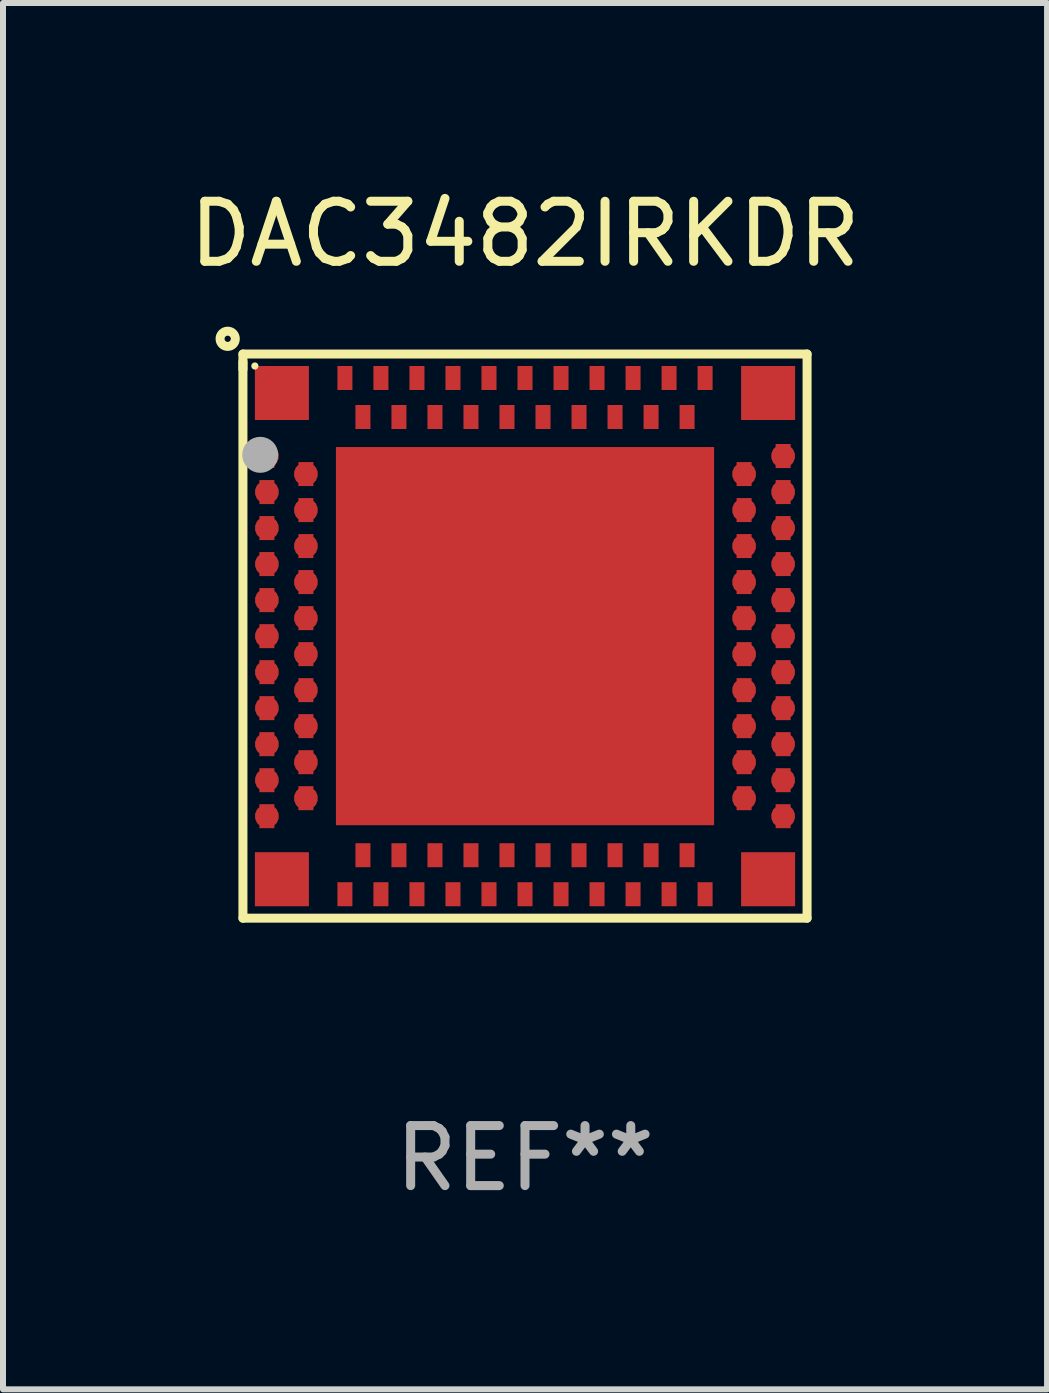
<source format=kicad_pcb>
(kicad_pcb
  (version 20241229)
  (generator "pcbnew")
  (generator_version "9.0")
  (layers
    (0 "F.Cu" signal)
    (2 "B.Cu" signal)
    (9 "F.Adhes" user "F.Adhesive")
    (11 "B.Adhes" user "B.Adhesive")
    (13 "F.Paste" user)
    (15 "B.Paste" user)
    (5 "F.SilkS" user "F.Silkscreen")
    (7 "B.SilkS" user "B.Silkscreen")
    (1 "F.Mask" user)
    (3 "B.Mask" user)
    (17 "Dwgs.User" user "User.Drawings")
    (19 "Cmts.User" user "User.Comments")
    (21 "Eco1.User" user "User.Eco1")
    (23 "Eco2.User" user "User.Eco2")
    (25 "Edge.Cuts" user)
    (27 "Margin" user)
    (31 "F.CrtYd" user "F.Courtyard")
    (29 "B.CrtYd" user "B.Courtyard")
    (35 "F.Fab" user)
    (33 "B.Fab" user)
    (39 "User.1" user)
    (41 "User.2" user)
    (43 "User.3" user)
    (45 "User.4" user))
  (footprint "DAC3482IRKDR"
    (layer "F.Cu")
    (at 5.696 7.547)
    (property "Reference" "DAC3482IRKDR" (at 0 -6.699 0) (layer "F.SilkS") (effects (font (size 1 1) (thickness 0.15))))
    (attr through_hole)
    (fp_line (start -4.699 -4.699) (end -4.699 -4.445) (stroke (width 0.15) (type solid)) (layer "F.SilkS"))
    (fp_line (start -4.699 -4.572) (end -4.699 4.699) (stroke (width 0.15) (type solid)) (layer "F.SilkS"))
    (fp_line (start -4.699 4.699) (end 4.699 4.699) (stroke (width 0.15) (type solid)) (layer "F.SilkS"))
    (fp_line (start 4.699 -4.699) (end -4.699 -4.699) (stroke (width 0.15) (type solid)) (layer "F.SilkS"))
    (fp_line (start 4.699 4.699) (end 4.699 -4.699) (stroke (width 0.15) (type solid)) (layer "F.SilkS"))
    (fp_circle (center -4.953 -4.953) (end -4.826 -4.953) (stroke (width 0.15) (type solid)) (fill no) (layer "F.SilkS"))
    (fp_circle (center -4.5 -4.5) (end -4.47 -4.5) (stroke (width 0.06) (type solid)) (fill no) (layer "F.SilkS"))
    (fp_circle (center -4.411 -3.02) (end -4.261 -3.02) (stroke (width 0.3) (type solid)) (fill no) (layer "F.Fab"))
    (fp_text user "REF**" (at 0 8.699 0) (layer "F.Fab") (effects (font (size 1 1) (thickness 0.15))))
    (pad "89" smd rect (at 0 0) (size 6.3 6.3) (layers "F.Cu" "F.Mask" "F.Paste"))
    (pad "A1" smd custom (at -4.3 -3 90) (size 0.4 0.25) (layers "F.Cu" "F.Mask" "F.Paste") (options (anchor circle)) (primitives (gr_poly (pts (xy -0.2 0.125) (xy -0.2 -0.125) (xy 0.2 -0.125) (xy 0.2 0.125)) (width 0) (fill yes))))
    (pad "A2" smd custom (at -4.3 -2.4 90) (size 0.4 0.25) (layers "F.Cu" "F.Mask" "F.Paste") (options (anchor circle)) (primitives (gr_poly (pts (xy -0.2 0.125) (xy -0.2 -0.125) (xy 0.2 -0.125) (xy 0.2 0.125)) (width 0) (fill yes))))
    (pad "A3" smd custom (at -4.3 -1.8 90) (size 0.4 0.25) (layers "F.Cu" "F.Mask" "F.Paste") (options (anchor circle)) (primitives (gr_poly (pts (xy -0.2 0.125) (xy -0.2 -0.125) (xy 0.2 -0.125) (xy 0.2 0.125)) (width 0) (fill yes))))
    (pad "A4" smd custom (at -4.3 -1.2 90) (size 0.4 0.25) (layers "F.Cu" "F.Mask" "F.Paste") (options (anchor circle)) (primitives (gr_poly (pts (xy -0.2 0.125) (xy -0.2 -0.125) (xy 0.2 -0.125) (xy 0.2 0.125)) (width 0) (fill yes))))
    (pad "A5" smd custom (at -4.3 -0.6 90) (size 0.4 0.25) (layers "F.Cu" "F.Mask" "F.Paste") (options (anchor circle)) (primitives (gr_poly (pts (xy -0.2 0.125) (xy -0.2 -0.125) (xy 0.2 -0.125) (xy 0.2 0.125)) (width 0) (fill yes))))
    (pad "A6" smd custom (at -4.3 0 90) (size 0.4 0.25) (layers "F.Cu" "F.Mask" "F.Paste") (options (anchor circle)) (primitives (gr_poly (pts (xy -0.2 0.125) (xy -0.2 -0.125) (xy 0.2 -0.125) (xy 0.2 0.125)) (width 0) (fill yes))))
    (pad "A7" smd custom (at -4.3 0.6 90) (size 0.4 0.25) (layers "F.Cu" "F.Mask" "F.Paste") (options (anchor circle)) (primitives (gr_poly (pts (xy -0.2 0.125) (xy -0.2 -0.125) (xy 0.2 -0.125) (xy 0.2 0.125)) (width 0) (fill yes))))
    (pad "A8" smd custom (at -4.3 1.2 90) (size 0.4 0.25) (layers "F.Cu" "F.Mask" "F.Paste") (options (anchor circle)) (primitives (gr_poly (pts (xy -0.2 0.125) (xy -0.2 -0.125) (xy 0.2 -0.125) (xy 0.2 0.125)) (width 0) (fill yes))))
    (pad "A9" smd custom (at -4.3 1.8 90) (size 0.4 0.25) (layers "F.Cu" "F.Mask" "F.Paste") (options (anchor circle)) (primitives (gr_poly (pts (xy -0.2 0.125) (xy -0.2 -0.125) (xy 0.2 -0.125) (xy 0.2 0.125)) (width 0) (fill yes))))
    (pad "A10" smd custom (at -4.3 2.4 90) (size 0.4 0.25) (layers "F.Cu" "F.Mask" "F.Paste") (options (anchor circle)) (primitives (gr_poly (pts (xy -0.2 0.125) (xy -0.2 -0.125) (xy 0.2 -0.125) (xy 0.2 0.125)) (width 0) (fill yes))))
    (pad "A11" smd custom (at -4.3 3 90) (size 0.4 0.25) (layers "F.Cu" "F.Mask" "F.Paste") (options (anchor circle)) (primitives (gr_poly (pts (xy -0.2 0.125) (xy -0.2 -0.125) (xy 0.2 -0.125) (xy 0.2 0.125)) (width 0) (fill yes))))
    (pad "A12" smd custom (at -3 4.3) (size 0.25 0.4) (layers "F.Cu" "F.Mask" "F.Paste") (options (anchor circle)) (primitives (gr_poly (pts (xy -0.125 -0.2) (xy 0.125 -0.2) (xy 0.125 0.2) (xy -0.125 0.2)) (width 0) (fill yes))))
    (pad "A13" smd custom (at -2.4 4.3) (size 0.25 0.4) (layers "F.Cu" "F.Mask" "F.Paste") (options (anchor circle)) (primitives (gr_poly (pts (xy -0.125 -0.2) (xy 0.125 -0.2) (xy 0.125 0.2) (xy -0.125 0.2)) (width 0) (fill yes))))
    (pad "A14" smd custom (at -1.8 4.3) (size 0.25 0.4) (layers "F.Cu" "F.Mask" "F.Paste") (options (anchor circle)) (primitives (gr_poly (pts (xy -0.125 -0.2) (xy 0.125 -0.2) (xy 0.125 0.2) (xy -0.125 0.2)) (width 0) (fill yes))))
    (pad "A15" smd custom (at -1.2 4.3) (size 0.25 0.4) (layers "F.Cu" "F.Mask" "F.Paste") (options (anchor circle)) (primitives (gr_poly (pts (xy -0.125 -0.2) (xy 0.125 -0.2) (xy 0.125 0.2) (xy -0.125 0.2)) (width 0) (fill yes))))
    (pad "A16" smd custom (at -0.6 4.3) (size 0.25 0.4) (layers "F.Cu" "F.Mask" "F.Paste") (options (anchor circle)) (primitives (gr_poly (pts (xy -0.125 -0.2) (xy 0.125 -0.2) (xy 0.125 0.2) (xy -0.125 0.2)) (width 0) (fill yes))))
    (pad "A17" smd custom (at 0 4.3) (size 0.25 0.4) (layers "F.Cu" "F.Mask" "F.Paste") (options (anchor circle)) (primitives (gr_poly (pts (xy -0.125 -0.2) (xy 0.125 -0.2) (xy 0.125 0.2) (xy -0.125 0.2)) (width 0) (fill yes))))
    (pad "A18" smd custom (at 0.6 4.3) (size 0.25 0.4) (layers "F.Cu" "F.Mask" "F.Paste") (options (anchor circle)) (primitives (gr_poly (pts (xy -0.125 -0.2) (xy 0.125 -0.2) (xy 0.125 0.2) (xy -0.125 0.2)) (width 0) (fill yes))))
    (pad "A19" smd custom (at 1.2 4.3) (size 0.25 0.4) (layers "F.Cu" "F.Mask" "F.Paste") (options (anchor circle)) (primitives (gr_poly (pts (xy -0.125 -0.2) (xy 0.125 -0.2) (xy 0.125 0.2) (xy -0.125 0.2)) (width 0) (fill yes))))
    (pad "A20" smd custom (at 1.8 4.3) (size 0.25 0.4) (layers "F.Cu" "F.Mask" "F.Paste") (options (anchor circle)) (primitives (gr_poly (pts (xy -0.125 -0.2) (xy 0.125 -0.2) (xy 0.125 0.2) (xy -0.125 0.2)) (width 0) (fill yes))))
    (pad "A21" smd custom (at 2.4 4.3) (size 0.25 0.4) (layers "F.Cu" "F.Mask" "F.Paste") (options (anchor circle)) (primitives (gr_poly (pts (xy -0.125 -0.2) (xy 0.125 -0.2) (xy 0.125 0.2) (xy -0.125 0.2)) (width 0) (fill yes))))
    (pad "A22" smd custom (at 3 4.3) (size 0.25 0.4) (layers "F.Cu" "F.Mask" "F.Paste") (options (anchor circle)) (primitives (gr_poly (pts (xy -0.125 -0.2) (xy 0.125 -0.2) (xy 0.125 0.2) (xy -0.125 0.2)) (width 0) (fill yes))))
    (pad "A23" smd custom (at 4.3 3 90) (size 0.4 0.25) (layers "F.Cu" "F.Mask" "F.Paste") (options (anchor circle)) (primitives (gr_poly (pts (xy -0.2 0.125) (xy -0.2 -0.125) (xy 0.2 -0.125) (xy 0.2 0.125)) (width 0) (fill yes))))
    (pad "A24" smd custom (at 4.3 2.4 90) (size 0.4 0.25) (layers "F.Cu" "F.Mask" "F.Paste") (options (anchor circle)) (primitives (gr_poly (pts (xy -0.2 0.125) (xy -0.2 -0.125) (xy 0.2 -0.125) (xy 0.2 0.125)) (width 0) (fill yes))))
    (pad "A25" smd custom (at 4.3 1.8 90) (size 0.4 0.25) (layers "F.Cu" "F.Mask" "F.Paste") (options (anchor circle)) (primitives (gr_poly (pts (xy -0.2 0.125) (xy -0.2 -0.125) (xy 0.2 -0.125) (xy 0.2 0.125)) (width 0) (fill yes))))
    (pad "A26" smd custom (at 4.3 1.2 90) (size 0.4 0.25) (layers "F.Cu" "F.Mask" "F.Paste") (options (anchor circle)) (primitives (gr_poly (pts (xy -0.2 0.125) (xy -0.2 -0.125) (xy 0.2 -0.125) (xy 0.2 0.125)) (width 0) (fill yes))))
    (pad "A27" smd custom (at 4.3 0.6 90) (size 0.4 0.25) (layers "F.Cu" "F.Mask" "F.Paste") (options (anchor circle)) (primitives (gr_poly (pts (xy -0.2 0.125) (xy -0.2 -0.125) (xy 0.2 -0.125) (xy 0.2 0.125)) (width 0) (fill yes))))
    (pad "A28" smd custom (at 4.3 0 90) (size 0.4 0.25) (layers "F.Cu" "F.Mask" "F.Paste") (options (anchor circle)) (primitives (gr_poly (pts (xy -0.2 0.125) (xy -0.2 -0.125) (xy 0.2 -0.125) (xy 0.2 0.125)) (width 0) (fill yes))))
    (pad "A29" smd custom (at 4.3 -0.6 90) (size 0.4 0.25) (layers "F.Cu" "F.Mask" "F.Paste") (options (anchor circle)) (primitives (gr_poly (pts (xy -0.2 0.125) (xy -0.2 -0.125) (xy 0.2 -0.125) (xy 0.2 0.125)) (width 0) (fill yes))))
    (pad "A30" smd custom (at 4.3 -1.2 90) (size 0.4 0.25) (layers "F.Cu" "F.Mask" "F.Paste") (options (anchor circle)) (primitives (gr_poly (pts (xy -0.2 0.125) (xy -0.2 -0.125) (xy 0.2 -0.125) (xy 0.2 0.125)) (width 0) (fill yes))))
    (pad "A31" smd custom (at 4.3 -1.8 90) (size 0.4 0.25) (layers "F.Cu" "F.Mask" "F.Paste") (options (anchor circle)) (primitives (gr_poly (pts (xy -0.2 0.125) (xy -0.2 -0.125) (xy 0.2 -0.125) (xy 0.2 0.125)) (width 0) (fill yes))))
    (pad "A32" smd custom (at 4.3 -2.4 90) (size 0.4 0.25) (layers "F.Cu" "F.Mask" "F.Paste") (options (anchor circle)) (primitives (gr_poly (pts (xy -0.2 0.125) (xy -0.2 -0.125) (xy 0.2 -0.125) (xy 0.2 0.125)) (width 0) (fill yes))))
    (pad "A33" smd custom (at 4.3 -3 90) (size 0.4 0.25) (layers "F.Cu" "F.Mask" "F.Paste") (options (anchor circle)) (primitives (gr_poly (pts (xy -0.2 0.125) (xy -0.2 -0.125) (xy 0.2 -0.125) (xy 0.2 0.125)) (width 0) (fill yes))))
    (pad "A34" smd custom (at 3 -4.3) (size 0.25 0.4) (layers "F.Cu" "F.Mask" "F.Paste") (options (anchor circle)) (primitives (gr_poly (pts (xy -0.125 -0.2) (xy 0.125 -0.2) (xy 0.125 0.2) (xy -0.125 0.2)) (width 0) (fill yes))))
    (pad "A35" smd custom (at 2.4 -4.3) (size 0.25 0.4) (layers "F.Cu" "F.Mask" "F.Paste") (options (anchor circle)) (primitives (gr_poly (pts (xy -0.125 -0.2) (xy 0.125 -0.2) (xy 0.125 0.2) (xy -0.125 0.2)) (width 0) (fill yes))))
    (pad "A36" smd custom (at 1.8 -4.3) (size 0.25 0.4) (layers "F.Cu" "F.Mask" "F.Paste") (options (anchor circle)) (primitives (gr_poly (pts (xy -0.125 -0.2) (xy 0.125 -0.2) (xy 0.125 0.2) (xy -0.125 0.2)) (width 0) (fill yes))))
    (pad "A37" smd custom (at 1.2 -4.3) (size 0.25 0.4) (layers "F.Cu" "F.Mask" "F.Paste") (options (anchor circle)) (primitives (gr_poly (pts (xy -0.125 -0.2) (xy 0.125 -0.2) (xy 0.125 0.2) (xy -0.125 0.2)) (width 0) (fill yes))))
    (pad "A38" smd custom (at 0.6 -4.3) (size 0.25 0.4) (layers "F.Cu" "F.Mask" "F.Paste") (options (anchor circle)) (primitives (gr_poly (pts (xy -0.125 -0.2) (xy 0.125 -0.2) (xy 0.125 0.2) (xy -0.125 0.2)) (width 0) (fill yes))))
    (pad "A39" smd custom (at 0 -4.3) (size 0.25 0.4) (layers "F.Cu" "F.Mask" "F.Paste") (options (anchor circle)) (primitives (gr_poly (pts (xy -0.125 -0.2) (xy 0.125 -0.2) (xy 0.125 0.2) (xy -0.125 0.2)) (width 0) (fill yes))))
    (pad "A40" smd custom (at -0.6 -4.3) (size 0.25 0.4) (layers "F.Cu" "F.Mask" "F.Paste") (options (anchor circle)) (primitives (gr_poly (pts (xy -0.125 -0.2) (xy 0.125 -0.2) (xy 0.125 0.2) (xy -0.125 0.2)) (width 0) (fill yes))))
    (pad "A41" smd custom (at -1.2 -4.3) (size 0.25 0.4) (layers "F.Cu" "F.Mask" "F.Paste") (options (anchor circle)) (primitives (gr_poly (pts (xy -0.125 -0.2) (xy 0.125 -0.2) (xy 0.125 0.2) (xy -0.125 0.2)) (width 0) (fill yes))))
    (pad "A42" smd custom (at -1.8 -4.3) (size 0.25 0.4) (layers "F.Cu" "F.Mask" "F.Paste") (options (anchor circle)) (primitives (gr_poly (pts (xy -0.125 -0.2) (xy 0.125 -0.2) (xy 0.125 0.2) (xy -0.125 0.2)) (width 0) (fill yes))))
    (pad "A43" smd custom (at -2.4 -4.3) (size 0.25 0.4) (layers "F.Cu" "F.Mask" "F.Paste") (options (anchor circle)) (primitives (gr_poly (pts (xy -0.125 -0.2) (xy 0.125 -0.2) (xy 0.125 0.2) (xy -0.125 0.2)) (width 0) (fill yes))))
    (pad "A44" smd custom (at -3 -4.3) (size 0.25 0.4) (layers "F.Cu" "F.Mask" "F.Paste") (options (anchor circle)) (primitives (gr_poly (pts (xy -0.125 -0.2) (xy 0.125 -0.2) (xy 0.125 0.2) (xy -0.125 0.2)) (width 0) (fill yes))))
    (pad "B1" smd custom (at -3.65 -2.7 90) (size 0.4 0.25) (layers "F.Cu" "F.Mask" "F.Paste") (options (anchor circle)) (primitives (gr_poly (pts (xy -0.2 0.125) (xy -0.2 -0.125) (xy 0.2 -0.125) (xy 0.2 0.125)) (width 0) (fill yes))))
    (pad "B2" smd custom (at -3.65 -2.1 90) (size 0.4 0.25) (layers "F.Cu" "F.Mask" "F.Paste") (options (anchor circle)) (primitives (gr_poly (pts (xy -0.2 0.125) (xy -0.2 -0.125) (xy 0.2 -0.125) (xy 0.2 0.125)) (width 0) (fill yes))))
    (pad "B3" smd custom (at -3.65 -1.5 90) (size 0.4 0.25) (layers "F.Cu" "F.Mask" "F.Paste") (options (anchor circle)) (primitives (gr_poly (pts (xy -0.2 0.125) (xy -0.2 -0.125) (xy 0.2 -0.125) (xy 0.2 0.125)) (width 0) (fill yes))))
    (pad "B4" smd custom (at -3.65 -0.9 90) (size 0.4 0.25) (layers "F.Cu" "F.Mask" "F.Paste") (options (anchor circle)) (primitives (gr_poly (pts (xy -0.2 0.125) (xy -0.2 -0.125) (xy 0.2 -0.125) (xy 0.2 0.125)) (width 0) (fill yes))))
    (pad "B5" smd custom (at -3.65 -0.3 90) (size 0.4 0.25) (layers "F.Cu" "F.Mask" "F.Paste") (options (anchor circle)) (primitives (gr_poly (pts (xy -0.2 0.125) (xy -0.2 -0.125) (xy 0.2 -0.125) (xy 0.2 0.125)) (width 0) (fill yes))))
    (pad "B6" smd custom (at -3.65 0.3 90) (size 0.4 0.25) (layers "F.Cu" "F.Mask" "F.Paste") (options (anchor circle)) (primitives (gr_poly (pts (xy -0.2 0.125) (xy -0.2 -0.125) (xy 0.2 -0.125) (xy 0.2 0.125)) (width 0) (fill yes))))
    (pad "B7" smd custom (at -3.65 0.9 90) (size 0.4 0.25) (layers "F.Cu" "F.Mask" "F.Paste") (options (anchor circle)) (primitives (gr_poly (pts (xy -0.2 0.125) (xy -0.2 -0.125) (xy 0.2 -0.125) (xy 0.2 0.125)) (width 0) (fill yes))))
    (pad "B8" smd custom (at -3.65 1.5 90) (size 0.4 0.25) (layers "F.Cu" "F.Mask" "F.Paste") (options (anchor circle)) (primitives (gr_poly (pts (xy -0.2 0.125) (xy -0.2 -0.125) (xy 0.2 -0.125) (xy 0.2 0.125)) (width 0) (fill yes))))
    (pad "B9" smd custom (at -3.65 2.1 90) (size 0.4 0.25) (layers "F.Cu" "F.Mask" "F.Paste") (options (anchor circle)) (primitives (gr_poly (pts (xy -0.2 0.125) (xy -0.2 -0.125) (xy 0.2 -0.125) (xy 0.2 0.125)) (width 0) (fill yes))))
    (pad "B10" smd custom (at -3.65 2.7 90) (size 0.4 0.25) (layers "F.Cu" "F.Mask" "F.Paste") (options (anchor circle)) (primitives (gr_poly (pts (xy -0.2 0.125) (xy -0.2 -0.125) (xy 0.2 -0.125) (xy 0.2 0.125)) (width 0) (fill yes))))
    (pad "B11" smd custom (at -2.7 3.65) (size 0.25 0.4) (layers "F.Cu" "F.Mask" "F.Paste") (options (anchor circle)) (primitives (gr_poly (pts (xy -0.125 -0.2) (xy 0.125 -0.2) (xy 0.125 0.2) (xy -0.125 0.2)) (width 0) (fill yes))))
    (pad "B12" smd custom (at -2.1 3.65) (size 0.25 0.4) (layers "F.Cu" "F.Mask" "F.Paste") (options (anchor circle)) (primitives (gr_poly (pts (xy -0.125 -0.2) (xy 0.125 -0.2) (xy 0.125 0.2) (xy -0.125 0.2)) (width 0) (fill yes))))
    (pad "B13" smd custom (at -1.5 3.65) (size 0.25 0.4) (layers "F.Cu" "F.Mask" "F.Paste") (options (anchor circle)) (primitives (gr_poly (pts (xy -0.125 -0.2) (xy 0.125 -0.2) (xy 0.125 0.2) (xy -0.125 0.2)) (width 0) (fill yes))))
    (pad "B14" smd custom (at -0.9 3.65) (size 0.25 0.4) (layers "F.Cu" "F.Mask" "F.Paste") (options (anchor circle)) (primitives (gr_poly (pts (xy -0.125 -0.2) (xy 0.125 -0.2) (xy 0.125 0.2) (xy -0.125 0.2)) (width 0) (fill yes))))
    (pad "B15" smd custom (at -0.3 3.65) (size 0.25 0.4) (layers "F.Cu" "F.Mask" "F.Paste") (options (anchor circle)) (primitives (gr_poly (pts (xy -0.125 -0.2) (xy 0.125 -0.2) (xy 0.125 0.2) (xy -0.125 0.2)) (width 0) (fill yes))))
    (pad "B16" smd custom (at 0.3 3.65) (size 0.25 0.4) (layers "F.Cu" "F.Mask" "F.Paste") (options (anchor circle)) (primitives (gr_poly (pts (xy -0.125 -0.2) (xy 0.125 -0.2) (xy 0.125 0.2) (xy -0.125 0.2)) (width 0) (fill yes))))
    (pad "B17" smd custom (at 0.9 3.65) (size 0.25 0.4) (layers "F.Cu" "F.Mask" "F.Paste") (options (anchor circle)) (primitives (gr_poly (pts (xy -0.125 -0.2) (xy 0.125 -0.2) (xy 0.125 0.2) (xy -0.125 0.2)) (width 0) (fill yes))))
    (pad "B18" smd custom (at 1.5 3.65) (size 0.25 0.4) (layers "F.Cu" "F.Mask" "F.Paste") (options (anchor circle)) (primitives (gr_poly (pts (xy -0.125 -0.2) (xy 0.125 -0.2) (xy 0.125 0.2) (xy -0.125 0.2)) (width 0) (fill yes))))
    (pad "B19" smd custom (at 2.1 3.65) (size 0.25 0.4) (layers "F.Cu" "F.Mask" "F.Paste") (options (anchor circle)) (primitives (gr_poly (pts (xy -0.125 -0.2) (xy 0.125 -0.2) (xy 0.125 0.2) (xy -0.125 0.2)) (width 0) (fill yes))))
    (pad "B20" smd custom (at 2.7 3.65) (size 0.25 0.4) (layers "F.Cu" "F.Mask" "F.Paste") (options (anchor circle)) (primitives (gr_poly (pts (xy -0.125 -0.2) (xy 0.125 -0.2) (xy 0.125 0.2) (xy -0.125 0.2)) (width 0) (fill yes))))
    (pad "B21" smd custom (at 3.65 2.7 90) (size 0.4 0.25) (layers "F.Cu" "F.Mask" "F.Paste") (options (anchor circle)) (primitives (gr_poly (pts (xy -0.2 0.125) (xy -0.2 -0.125) (xy 0.2 -0.125) (xy 0.2 0.125)) (width 0) (fill yes))))
    (pad "B22" smd custom (at 3.65 2.1 90) (size 0.4 0.25) (layers "F.Cu" "F.Mask" "F.Paste") (options (anchor circle)) (primitives (gr_poly (pts (xy -0.2 0.125) (xy -0.2 -0.125) (xy 0.2 -0.125) (xy 0.2 0.125)) (width 0) (fill yes))))
    (pad "B23" smd custom (at 3.65 1.5 90) (size 0.4 0.25) (layers "F.Cu" "F.Mask" "F.Paste") (options (anchor circle)) (primitives (gr_poly (pts (xy -0.2 0.125) (xy -0.2 -0.125) (xy 0.2 -0.125) (xy 0.2 0.125)) (width 0) (fill yes))))
    (pad "B24" smd custom (at 3.65 0.9 90) (size 0.4 0.25) (layers "F.Cu" "F.Mask" "F.Paste") (options (anchor circle)) (primitives (gr_poly (pts (xy -0.2 0.125) (xy -0.2 -0.125) (xy 0.2 -0.125) (xy 0.2 0.125)) (width 0) (fill yes))))
    (pad "B25" smd custom (at 3.65 0.3 90) (size 0.4 0.25) (layers "F.Cu" "F.Mask" "F.Paste") (options (anchor circle)) (primitives (gr_poly (pts (xy -0.2 0.125) (xy -0.2 -0.125) (xy 0.2 -0.125) (xy 0.2 0.125)) (width 0) (fill yes))))
    (pad "B26" smd custom (at 3.65 -0.3 90) (size 0.4 0.25) (layers "F.Cu" "F.Mask" "F.Paste") (options (anchor circle)) (primitives (gr_poly (pts (xy -0.2 0.125) (xy -0.2 -0.125) (xy 0.2 -0.125) (xy 0.2 0.125)) (width 0) (fill yes))))
    (pad "B27" smd custom (at 3.65 -0.9 90) (size 0.4 0.25) (layers "F.Cu" "F.Mask" "F.Paste") (options (anchor circle)) (primitives (gr_poly (pts (xy -0.2 0.125) (xy -0.2 -0.125) (xy 0.2 -0.125) (xy 0.2 0.125)) (width 0) (fill yes))))
    (pad "B28" smd custom (at 3.65 -1.5 90) (size 0.4 0.25) (layers "F.Cu" "F.Mask" "F.Paste") (options (anchor circle)) (primitives (gr_poly (pts (xy -0.2 0.125) (xy -0.2 -0.125) (xy 0.2 -0.125) (xy 0.2 0.125)) (width 0) (fill yes))))
    (pad "B29" smd custom (at 3.65 -2.1 90) (size 0.4 0.25) (layers "F.Cu" "F.Mask" "F.Paste") (options (anchor circle)) (primitives (gr_poly (pts (xy -0.2 0.125) (xy -0.2 -0.125) (xy 0.2 -0.125) (xy 0.2 0.125)) (width 0) (fill yes))))
    (pad "B30" smd custom (at 3.65 -2.7 90) (size 0.4 0.25) (layers "F.Cu" "F.Mask" "F.Paste") (options (anchor circle)) (primitives (gr_poly (pts (xy -0.2 0.125) (xy -0.2 -0.125) (xy 0.2 -0.125) (xy 0.2 0.125)) (width 0) (fill yes))))
    (pad "B31" smd custom (at 2.7 -3.65) (size 0.25 0.4) (layers "F.Cu" "F.Mask" "F.Paste") (options (anchor circle)) (primitives (gr_poly (pts (xy -0.125 -0.2) (xy 0.125 -0.2) (xy 0.125 0.2) (xy -0.125 0.2)) (width 0) (fill yes))))
    (pad "B32" smd custom (at 2.1 -3.65) (size 0.25 0.4) (layers "F.Cu" "F.Mask" "F.Paste") (options (anchor circle)) (primitives (gr_poly (pts (xy -0.125 -0.2) (xy 0.125 -0.2) (xy 0.125 0.2) (xy -0.125 0.2)) (width 0) (fill yes))))
    (pad "B33" smd custom (at 1.5 -3.65) (size 0.25 0.4) (layers "F.Cu" "F.Mask" "F.Paste") (options (anchor circle)) (primitives (gr_poly (pts (xy -0.125 -0.2) (xy 0.125 -0.2) (xy 0.125 0.2) (xy -0.125 0.2)) (width 0) (fill yes))))
    (pad "B34" smd custom (at 0.9 -3.65) (size 0.25 0.4) (layers "F.Cu" "F.Mask" "F.Paste") (options (anchor circle)) (primitives (gr_poly (pts (xy -0.125 -0.2) (xy 0.125 -0.2) (xy 0.125 0.2) (xy -0.125 0.2)) (width 0) (fill yes))))
    (pad "B35" smd custom (at 0.3 -3.65) (size 0.25 0.4) (layers "F.Cu" "F.Mask" "F.Paste") (options (anchor circle)) (primitives (gr_poly (pts (xy -0.125 -0.2) (xy 0.125 -0.2) (xy 0.125 0.2) (xy -0.125 0.2)) (width 0) (fill yes))))
    (pad "B36" smd custom (at -0.3 -3.65) (size 0.25 0.4) (layers "F.Cu" "F.Mask" "F.Paste") (options (anchor circle)) (primitives (gr_poly (pts (xy -0.125 -0.2) (xy 0.125 -0.2) (xy 0.125 0.2) (xy -0.125 0.2)) (width 0) (fill yes))))
    (pad "B37" smd custom (at -0.9 -3.65) (size 0.25 0.4) (layers "F.Cu" "F.Mask" "F.Paste") (options (anchor circle)) (primitives (gr_poly (pts (xy -0.125 -0.2) (xy 0.125 -0.2) (xy 0.125 0.2) (xy -0.125 0.2)) (width 0) (fill yes))))
    (pad "B38" smd custom (at -1.5 -3.65) (size 0.25 0.4) (layers "F.Cu" "F.Mask" "F.Paste") (options (anchor circle)) (primitives (gr_poly (pts (xy -0.125 -0.2) (xy 0.125 -0.2) (xy 0.125 0.2) (xy -0.125 0.2)) (width 0) (fill yes))))
    (pad "B39" smd custom (at -2.1 -3.65) (size 0.25 0.4) (layers "F.Cu" "F.Mask" "F.Paste") (options (anchor circle)) (primitives (gr_poly (pts (xy -0.125 -0.2) (xy 0.125 -0.2) (xy 0.125 0.2) (xy -0.125 0.2)) (width 0) (fill yes))))
    (pad "B40" smd custom (at -2.7 -3.65) (size 0.25 0.4) (layers "F.Cu" "F.Mask" "F.Paste") (options (anchor circle)) (primitives (gr_poly (pts (xy -0.125 -0.2) (xy 0.125 -0.2) (xy 0.125 0.2) (xy -0.125 0.2)) (width 0) (fill yes))))
    (pad "C1" smd rect (at -4.05 -4.05) (size 0.9 0.9) (layers "F.Cu" "F.Mask" "F.Paste"))
    (pad "C2" smd rect (at -4.05 4.05) (size 0.9 0.9) (layers "F.Cu" "F.Mask" "F.Paste"))
    (pad "C3" smd rect (at 4.05 4.05) (size 0.9 0.9) (layers "F.Cu" "F.Mask" "F.Paste"))
    (pad "C4" smd rect (at 4.05 -4.05) (size 0.9 0.9) (layers "F.Cu" "F.Mask" "F.Paste")))
  (gr_rect
    (start -3 -3)
    (end 14.393 20.095)
    (stroke (width 0.1) (type default))
    (fill no)
    (layer "Edge.Cuts")))
</source>
